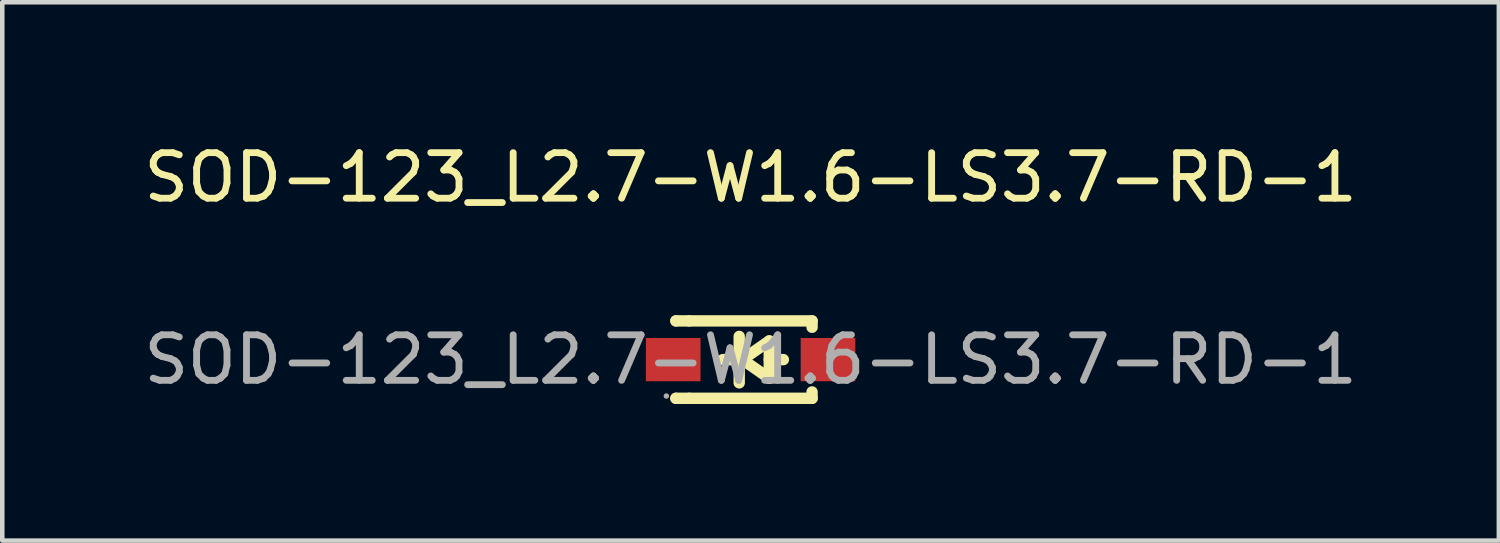
<source format=kicad_pcb>
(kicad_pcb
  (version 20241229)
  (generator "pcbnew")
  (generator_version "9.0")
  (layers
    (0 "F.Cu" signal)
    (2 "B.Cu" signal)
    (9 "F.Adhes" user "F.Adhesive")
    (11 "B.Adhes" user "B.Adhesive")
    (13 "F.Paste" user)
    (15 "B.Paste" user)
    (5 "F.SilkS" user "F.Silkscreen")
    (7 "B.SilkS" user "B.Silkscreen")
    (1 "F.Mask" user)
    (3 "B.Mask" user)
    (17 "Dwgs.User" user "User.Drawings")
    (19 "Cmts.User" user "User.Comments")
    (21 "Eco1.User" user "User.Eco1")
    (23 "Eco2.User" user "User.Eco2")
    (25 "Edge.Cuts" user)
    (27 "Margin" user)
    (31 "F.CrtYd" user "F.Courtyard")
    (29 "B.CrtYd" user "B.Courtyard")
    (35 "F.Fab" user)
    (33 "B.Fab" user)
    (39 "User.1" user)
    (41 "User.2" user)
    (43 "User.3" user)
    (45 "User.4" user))
  (footprint "SOD-123_L2.7-W1.6-LS3.7-RD-1"
    (layer "F.Cu")
    (at 13.435 4.848)
    (property "Reference" "SOD-123_L2.7-W1.6-LS3.7-RD-1" (at 0 -4 0) (layer "F.SilkS") (effects (font (size 1 1) (thickness 0.15))))
    (attr smd)
    (fp_line (start -1.64 -0.85) (end -1.64 -0.85) (stroke (width 0.25) (type solid)) (layer "F.SilkS"))
    (fp_line (start -1.64 0.85) (end -1.64 0.85) (stroke (width 0.25) (type solid)) (layer "F.SilkS"))
    (fp_line (start -1.35 -0.85) (end -1.64 -0.85) (stroke (width 0.25) (type solid)) (layer "F.SilkS"))
    (fp_line (start -1.35 -0.85) (end 1.35 -0.85) (stroke (width 0.25) (type solid)) (layer "F.SilkS"))
    (fp_line (start -1.35 0.85) (end -1.64 0.85) (stroke (width 0.25) (type solid)) (layer "F.SilkS"))
    (fp_line (start -0.28 0) (end -0.61 0) (stroke (width 0.25) (type solid)) (layer "F.SilkS"))
    (fp_line (start -0.25 -0.51) (end -0.25 0.51) (stroke (width 0.25) (type solid)) (layer "F.SilkS"))
    (fp_line (start -0.18 0) (end 0.41 -0.41) (stroke (width 0.25) (type solid)) (layer "F.SilkS"))
    (fp_line (start 0.41 -0.41) (end 0.41 0.41) (stroke (width 0.25) (type solid)) (layer "F.SilkS"))
    (fp_line (start 0.41 0) (end 0.72 0) (stroke (width 0.25) (type solid)) (layer "F.SilkS"))
    (fp_line (start 0.41 0.41) (end -0.18 0) (stroke (width 0.25) (type solid)) (layer "F.SilkS"))
    (fp_line (start 1.35 -0.85) (end 1.35 -0.71) (stroke (width 0.25) (type solid)) (layer "F.SilkS"))
    (fp_line (start 1.35 0.71) (end 1.35 0.85) (stroke (width 0.25) (type solid)) (layer "F.SilkS"))
    (fp_line (start 1.35 0.85) (end -1.35 0.85) (stroke (width 0.25) (type solid)) (layer "F.SilkS"))
    (fp_circle (center -1.85 0.8) (end -1.82 0.8) (stroke (width 0.06) (type solid)) (fill no) (layer "F.Fab"))
    (fp_text user "${REFERENCE}" (at 0 0 0) (layer "F.Fab") (effects (font (size 1 1) (thickness 0.15))))
    (pad "1" smd rect (at -1.7 0) (size 1.2 0.95) (layers "F.Cu" "F.Mask" "F.Paste"))
    (pad "2" smd rect (at 1.7 0) (size 1.2 0.95) (layers "F.Cu" "F.Mask" "F.Paste")))
  (gr_rect
    (start -3 -3)
    (end 29.869 8.823)
    (stroke (width 0.1) (type default))
    (fill no)
    (layer "Edge.Cuts")))
</source>
